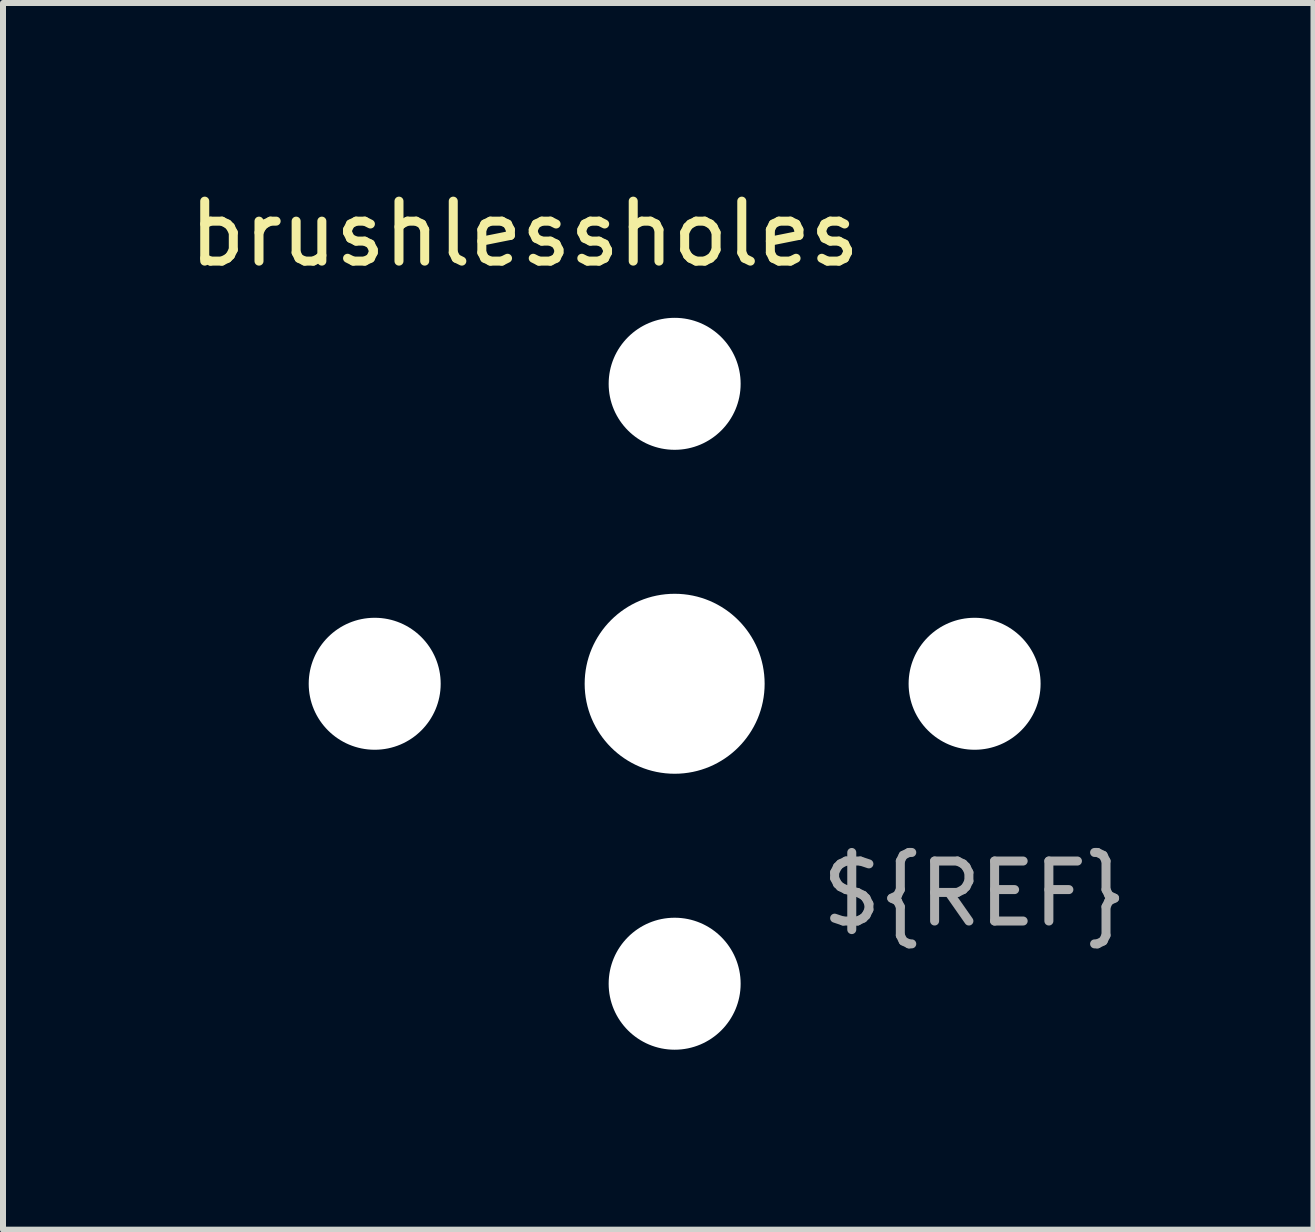
<source format=kicad_pcb>
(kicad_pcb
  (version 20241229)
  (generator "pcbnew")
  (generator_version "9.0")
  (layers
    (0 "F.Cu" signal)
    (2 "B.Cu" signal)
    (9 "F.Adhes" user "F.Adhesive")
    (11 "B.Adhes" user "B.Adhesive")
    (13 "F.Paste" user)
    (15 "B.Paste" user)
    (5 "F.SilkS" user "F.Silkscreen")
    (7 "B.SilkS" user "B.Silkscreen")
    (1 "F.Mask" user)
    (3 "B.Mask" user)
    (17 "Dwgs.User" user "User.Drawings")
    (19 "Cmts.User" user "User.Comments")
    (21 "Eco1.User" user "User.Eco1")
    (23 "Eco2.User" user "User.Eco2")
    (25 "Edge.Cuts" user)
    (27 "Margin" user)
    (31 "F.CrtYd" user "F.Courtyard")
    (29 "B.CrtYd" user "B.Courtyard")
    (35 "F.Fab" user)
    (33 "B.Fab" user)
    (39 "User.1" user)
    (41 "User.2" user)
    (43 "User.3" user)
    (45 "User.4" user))
  (footprint "brushlessholes"
    (layer "F.Cu")
    (at 8.196 8.348)
    (property "Reference" "brushlessholes" (at -2.5 -7.5 0) (unlocked yes) (layer "F.SilkS") (effects (font (size 1 1) (thickness 0.15))))
    (attr through_hole)
    (fp_text user "${REF}" (at 5 3.5 0) (unlocked yes) (layer "F.Fab") (effects (font (size 1 1) (thickness 0.15))))
    (pad "" np_thru_hole circle (at -5 0) (size 2.2 2.2) (drill 2.2) (layers "*.Cu" "*.Mask"))
    (pad "" np_thru_hole circle (at 0 -5) (size 2.2 2.2) (drill 2.2) (layers "*.Cu" "*.Mask"))
    (pad "" np_thru_hole circle (at 0 0) (size 3 3) (drill 3) (layers "*.Cu" "*.Mask"))
    (pad "" np_thru_hole circle (at 0 5) (size 2.2 2.2) (drill 2.2) (layers "*.Cu" "*.Mask"))
    (pad "" np_thru_hole circle (at 5 0) (size 2.2 2.2) (drill 2.2) (layers "*.Cu" "*.Mask")))
  (gr_rect
    (start -3 -3)
    (end 18.845 17.448)
    (stroke (width 0.1) (type default))
    (fill no)
    (layer "Edge.Cuts")))
</source>
